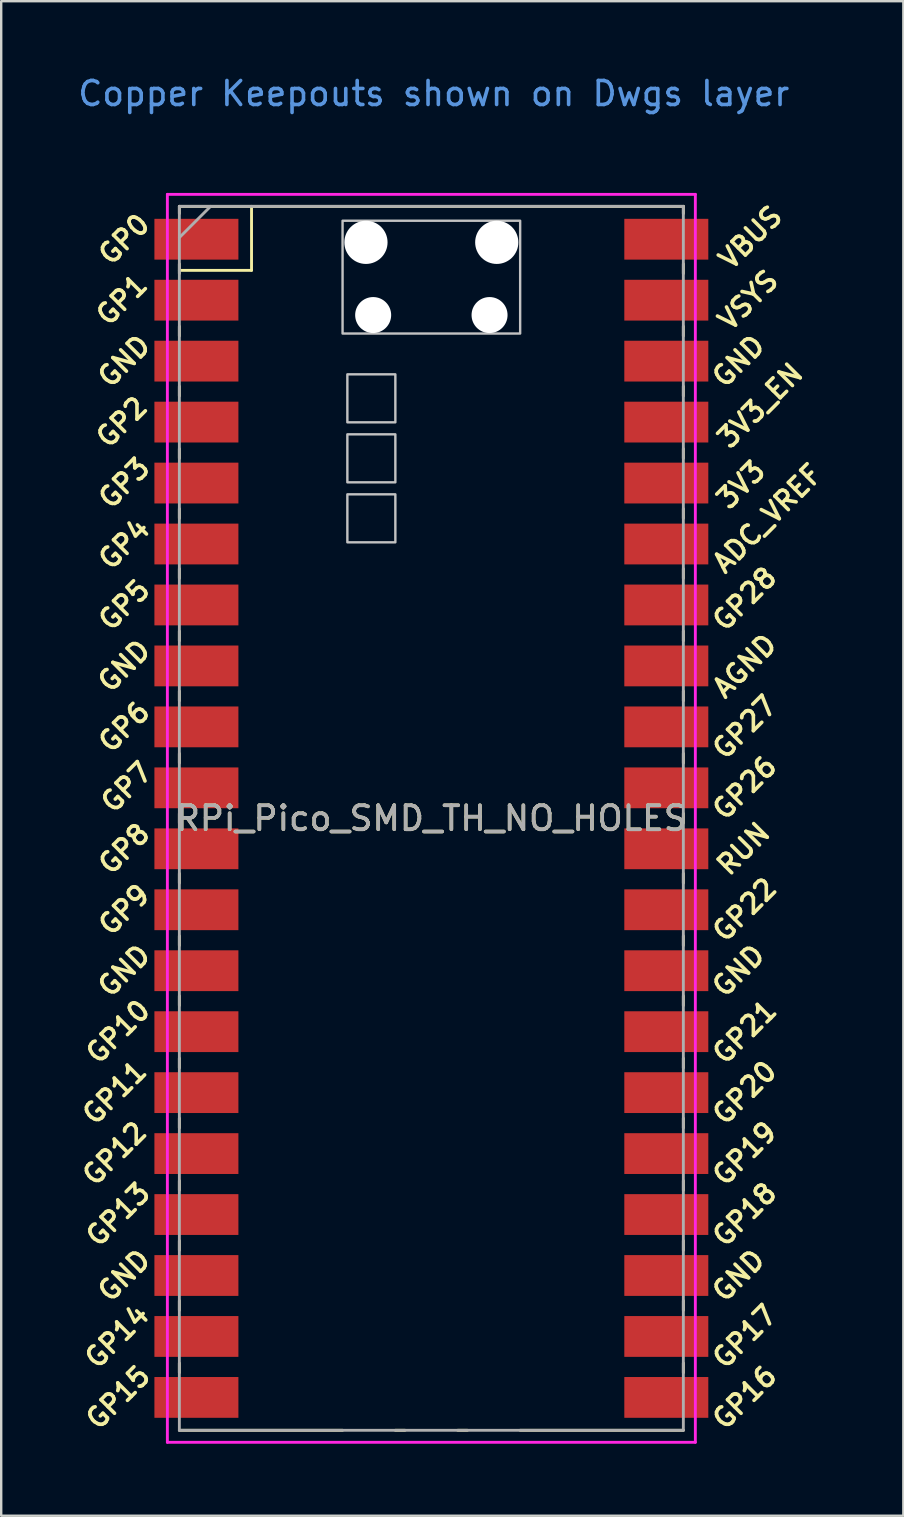
<source format=kicad_pcb>
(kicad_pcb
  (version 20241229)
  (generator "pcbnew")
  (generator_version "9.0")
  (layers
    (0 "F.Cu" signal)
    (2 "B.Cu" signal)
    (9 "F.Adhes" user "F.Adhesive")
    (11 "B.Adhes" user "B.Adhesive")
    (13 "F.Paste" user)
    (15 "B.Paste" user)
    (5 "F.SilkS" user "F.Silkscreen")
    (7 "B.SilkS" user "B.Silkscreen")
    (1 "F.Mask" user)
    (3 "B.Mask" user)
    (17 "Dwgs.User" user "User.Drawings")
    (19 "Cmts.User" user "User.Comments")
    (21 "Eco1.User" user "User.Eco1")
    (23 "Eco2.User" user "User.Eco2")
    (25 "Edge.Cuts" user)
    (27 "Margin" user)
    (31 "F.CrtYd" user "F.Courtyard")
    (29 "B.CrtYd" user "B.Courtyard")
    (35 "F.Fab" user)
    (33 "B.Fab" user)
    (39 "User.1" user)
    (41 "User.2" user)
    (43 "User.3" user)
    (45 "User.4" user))
  (footprint "RPi_Pico_SMD_TH_NO_HOLES"
    (layer "F.Cu")
    (at 14.924 31.048)
    (property "Reference" "RPi_Pico_SMD_TH_NO_HOLES" (at 0 0 0) (layer "F.SilkS") (effects (font (size 1 1) (thickness 0.15))))
    (attr through_hole)
    (fp_line (start -10.5 -25.5) (end -10.5 -25.2) (stroke (width 0.12) (type solid)) (layer "F.SilkS"))
    (fp_line (start -10.5 -25.5) (end 10.5 -25.5) (stroke (width 0.12) (type solid)) (layer "F.SilkS"))
    (fp_line (start -10.5 -23.1) (end -10.5 -22.7) (stroke (width 0.12) (type solid)) (layer "F.SilkS"))
    (fp_line (start -10.5 -22.833) (end -7.493 -22.833) (stroke (width 0.12) (type solid)) (layer "F.SilkS"))
    (fp_line (start -10.5 -20.5) (end -10.5 -20.1) (stroke (width 0.12) (type solid)) (layer "F.SilkS"))
    (fp_line (start -10.5 -18) (end -10.5 -17.6) (stroke (width 0.12) (type solid)) (layer "F.SilkS"))
    (fp_line (start -10.5 -15.4) (end -10.5 -15) (stroke (width 0.12) (type solid)) (layer "F.SilkS"))
    (fp_line (start -10.5 -12.9) (end -10.5 -12.5) (stroke (width 0.12) (type solid)) (layer "F.SilkS"))
    (fp_line (start -10.5 -10.4) (end -10.5 -10) (stroke (width 0.12) (type solid)) (layer "F.SilkS"))
    (fp_line (start -10.5 -7.8) (end -10.5 -7.4) (stroke (width 0.12) (type solid)) (layer "F.SilkS"))
    (fp_line (start -10.5 -5.3) (end -10.5 -4.9) (stroke (width 0.12) (type solid)) (layer "F.SilkS"))
    (fp_line (start -10.5 -2.7) (end -10.5 -2.3) (stroke (width 0.12) (type solid)) (layer "F.SilkS"))
    (fp_line (start -10.5 -0.2) (end -10.5 0.2) (stroke (width 0.12) (type solid)) (layer "F.SilkS"))
    (fp_line (start -10.5 2.3) (end -10.5 2.7) (stroke (width 0.12) (type solid)) (layer "F.SilkS"))
    (fp_line (start -10.5 4.9) (end -10.5 5.3) (stroke (width 0.12) (type solid)) (layer "F.SilkS"))
    (fp_line (start -10.5 7.4) (end -10.5 7.8) (stroke (width 0.12) (type solid)) (layer "F.SilkS"))
    (fp_line (start -10.5 10) (end -10.5 10.4) (stroke (width 0.12) (type solid)) (layer "F.SilkS"))
    (fp_line (start -10.5 12.5) (end -10.5 12.9) (stroke (width 0.12) (type solid)) (layer "F.SilkS"))
    (fp_line (start -10.5 15.1) (end -10.5 15.5) (stroke (width 0.12) (type solid)) (layer "F.SilkS"))
    (fp_line (start -10.5 17.6) (end -10.5 18) (stroke (width 0.12) (type solid)) (layer "F.SilkS"))
    (fp_line (start -10.5 20.1) (end -10.5 20.5) (stroke (width 0.12) (type solid)) (layer "F.SilkS"))
    (fp_line (start -10.5 22.7) (end -10.5 23.1) (stroke (width 0.12) (type solid)) (layer "F.SilkS"))
    (fp_line (start -7.493 -22.833) (end -7.493 -25.5) (stroke (width 0.12) (type solid)) (layer "F.SilkS"))
    (fp_line (start -3.7 25.5) (end -10.5 25.5) (stroke (width 0.12) (type solid)) (layer "F.SilkS"))
    (fp_line (start -1.5 25.5) (end -1.1 25.5) (stroke (width 0.12) (type solid)) (layer "F.SilkS"))
    (fp_line (start 1.1 25.5) (end 1.5 25.5) (stroke (width 0.12) (type solid)) (layer "F.SilkS"))
    (fp_line (start 10.5 -25.5) (end 10.5 -25.2) (stroke (width 0.12) (type solid)) (layer "F.SilkS"))
    (fp_line (start 10.5 -23.1) (end 10.5 -22.7) (stroke (width 0.12) (type solid)) (layer "F.SilkS"))
    (fp_line (start 10.5 -20.5) (end 10.5 -20.1) (stroke (width 0.12) (type solid)) (layer "F.SilkS"))
    (fp_line (start 10.5 -18) (end 10.5 -17.6) (stroke (width 0.12) (type solid)) (layer "F.SilkS"))
    (fp_line (start 10.5 -15.4) (end 10.5 -15) (stroke (width 0.12) (type solid)) (layer "F.SilkS"))
    (fp_line (start 10.5 -12.9) (end 10.5 -12.5) (stroke (width 0.12) (type solid)) (layer "F.SilkS"))
    (fp_line (start 10.5 -10.4) (end 10.5 -10) (stroke (width 0.12) (type solid)) (layer "F.SilkS"))
    (fp_line (start 10.5 -7.8) (end 10.5 -7.4) (stroke (width 0.12) (type solid)) (layer "F.SilkS"))
    (fp_line (start 10.5 -5.3) (end 10.5 -4.9) (stroke (width 0.12) (type solid)) (layer "F.SilkS"))
    (fp_line (start 10.5 -2.7) (end 10.5 -2.3) (stroke (width 0.12) (type solid)) (layer "F.SilkS"))
    (fp_line (start 10.5 -0.2) (end 10.5 0.2) (stroke (width 0.12) (type solid)) (layer "F.SilkS"))
    (fp_line (start 10.5 2.3) (end 10.5 2.7) (stroke (width 0.12) (type solid)) (layer "F.SilkS"))
    (fp_line (start 10.5 4.9) (end 10.5 5.3) (stroke (width 0.12) (type solid)) (layer "F.SilkS"))
    (fp_line (start 10.5 7.4) (end 10.5 7.8) (stroke (width 0.12) (type solid)) (layer "F.SilkS"))
    (fp_line (start 10.5 10) (end 10.5 10.4) (stroke (width 0.12) (type solid)) (layer "F.SilkS"))
    (fp_line (start 10.5 12.5) (end 10.5 12.9) (stroke (width 0.12) (type solid)) (layer "F.SilkS"))
    (fp_line (start 10.5 15.1) (end 10.5 15.5) (stroke (width 0.12) (type solid)) (layer "F.SilkS"))
    (fp_line (start 10.5 17.6) (end 10.5 18) (stroke (width 0.12) (type solid)) (layer "F.SilkS"))
    (fp_line (start 10.5 20.1) (end 10.5 20.5) (stroke (width 0.12) (type solid)) (layer "F.SilkS"))
    (fp_line (start 10.5 22.7) (end 10.5 23.1) (stroke (width 0.12) (type solid)) (layer "F.SilkS"))
    (fp_line (start 10.5 25.5) (end 3.7 25.5) (stroke (width 0.12) (type solid)) (layer "F.SilkS"))
    (fp_poly (pts (xy -1.5 -16.5) (xy -3.5 -16.5) (xy -3.5 -18.5) (xy -1.5 -18.5)) (stroke (width 0.1) (type solid)) (fill no) (layer "Dwgs.User"))
    (fp_poly (pts (xy -1.5 -14) (xy -3.5 -14) (xy -3.5 -16) (xy -1.5 -16)) (stroke (width 0.1) (type solid)) (fill no) (layer "Dwgs.User"))
    (fp_poly (pts (xy -1.5 -11.5) (xy -3.5 -11.5) (xy -3.5 -13.5) (xy -1.5 -13.5)) (stroke (width 0.1) (type solid)) (fill no) (layer "Dwgs.User"))
    (fp_poly (pts (xy 3.7 -20.2) (xy -3.7 -20.2) (xy -3.7 -24.9) (xy 3.7 -24.9)) (stroke (width 0.1) (type solid)) (fill no) (layer "Dwgs.User"))
    (fp_line (start -11 -26) (end 11 -26) (stroke (width 0.12) (type solid)) (layer "F.CrtYd"))
    (fp_line (start -11 26) (end -11 -26) (stroke (width 0.12) (type solid)) (layer "F.CrtYd"))
    (fp_line (start 11 -26) (end 11 26) (stroke (width 0.12) (type solid)) (layer "F.CrtYd"))
    (fp_line (start 11 26) (end -11 26) (stroke (width 0.12) (type solid)) (layer "F.CrtYd"))
    (fp_line (start -10.5 -25.5) (end 10.5 -25.5) (stroke (width 0.12) (type solid)) (layer "F.Fab"))
    (fp_line (start -10.5 -24.2) (end -9.2 -25.5) (stroke (width 0.12) (type solid)) (layer "F.Fab"))
    (fp_line (start -10.5 25.5) (end -10.5 -25.5) (stroke (width 0.12) (type solid)) (layer "F.Fab"))
    (fp_line (start 10.5 -25.5) (end 10.5 25.5) (stroke (width 0.12) (type solid)) (layer "F.Fab"))
    (fp_line (start 10.5 25.5) (end -10.5 25.5) (stroke (width 0.12) (type solid)) (layer "F.Fab"))
    (fp_text user "GP15" (at -13.054 24.13 45) (layer "F.SilkS") (effects (font (size 0.8 0.8) (thickness 0.15))))
    (fp_text user "GP16" (at 13.054 24.13 45) (layer "F.SilkS") (effects (font (size 0.8 0.8) (thickness 0.15))))
    (fp_text user "GP22" (at 13.054 3.81 45) (layer "F.SilkS") (effects (font (size 0.8 0.8) (thickness 0.15))))
    (fp_text user "GND" (at 12.8 -19.05 45) (layer "F.SilkS") (effects (font (size 0.8 0.8) (thickness 0.15))))
    (fp_text user "GP17" (at 13.054 21.59 45) (layer "F.SilkS") (effects (font (size 0.8 0.8) (thickness 0.15))))
    (fp_text user "RUN" (at 13 1.27 45) (layer "F.SilkS") (effects (font (size 0.8 0.8) (thickness 0.15))))
    (fp_text user "GND" (at 12.8 19.05 45) (layer "F.SilkS") (effects (font (size 0.8 0.8) (thickness 0.15))))
    (fp_text user "GP28" (at 13.054 -9.144 45) (layer "F.SilkS") (effects (font (size 0.8 0.8) (thickness 0.15))))
    (fp_text user "GP5" (at -12.8 -8.89 45) (layer "F.SilkS") (effects (font (size 0.8 0.8) (thickness 0.15))))
    (fp_text user "GP3" (at -12.8 -13.97 45) (layer "F.SilkS") (effects (font (size 0.8 0.8) (thickness 0.15))))
    (fp_text user "GP10" (at -13.054 8.89 45) (layer "F.SilkS") (effects (font (size 0.8 0.8) (thickness 0.15))))
    (fp_text user "GP9" (at -12.8 3.81 45) (layer "F.SilkS") (effects (font (size 0.8 0.8) (thickness 0.15))))
    (fp_text user "GP13" (at -13.054 16.51 45) (layer "F.SilkS") (effects (font (size 0.8 0.8) (thickness 0.15))))
    (fp_text user "GP12" (at -13.2 13.97 45) (layer "F.SilkS") (effects (font (size 0.8 0.8) (thickness 0.15))))
    (fp_text user "AGND" (at 13.054 -6.35 45) (layer "F.SilkS") (effects (font (size 0.8 0.8) (thickness 0.15))))
    (fp_text user "GP7" (at -12.7 -1.3 45) (layer "F.SilkS") (effects (font (size 0.8 0.8) (thickness 0.15))))
    (fp_text user "3V3_EN" (at 13.7 -17.2 45) (layer "F.SilkS") (effects (font (size 0.8 0.8) (thickness 0.15))))
    (fp_text user "GP20" (at 13.054 11.43 45) (layer "F.SilkS") (effects (font (size 0.8 0.8) (thickness 0.15))))
    (fp_text user "GND" (at -12.8 19.05 45) (layer "F.SilkS") (effects (font (size 0.8 0.8) (thickness 0.15))))
    (fp_text user "GP0" (at -12.8 -24.13 45) (layer "F.SilkS") (effects (font (size 0.8 0.8) (thickness 0.15))))
    (fp_text user "3V3" (at 12.9 -13.9 45) (layer "F.SilkS") (effects (font (size 0.8 0.8) (thickness 0.15))))
    (fp_text user "GP11" (at -13.2 11.43 45) (layer "F.SilkS") (effects (font (size 0.8 0.8) (thickness 0.15))))
    (fp_text user "VSYS" (at 13.2 -21.59 45) (layer "F.SilkS") (effects (font (size 0.8 0.8) (thickness 0.15))))
    (fp_text user "GP14" (at -13.1 21.59 45) (layer "F.SilkS") (effects (font (size 0.8 0.8) (thickness 0.15))))
    (fp_text user "VBUS" (at 13.3 -24.2 45) (layer "F.SilkS") (effects (font (size 0.8 0.8) (thickness 0.15))))
    (fp_text user "GP8" (at -12.8 1.27 45) (layer "F.SilkS") (effects (font (size 0.8 0.8) (thickness 0.15))))
    (fp_text user "GP19" (at 13.054 13.97 45) (layer "F.SilkS") (effects (font (size 0.8 0.8) (thickness 0.15))))
    (fp_text user "GND" (at -12.8 -6.35 45) (layer "F.SilkS") (effects (font (size 0.8 0.8) (thickness 0.15))))
    (fp_text user "GP2" (at -12.9 -16.51 45) (layer "F.SilkS") (effects (font (size 0.8 0.8) (thickness 0.15))))
    (fp_text user "GP1" (at -12.9 -21.6 45) (layer "F.SilkS") (effects (font (size 0.8 0.8) (thickness 0.15))))
    (fp_text user "GP26" (at 13.054 -1.27 45) (layer "F.SilkS") (effects (font (size 0.8 0.8) (thickness 0.15))))
    (fp_text user "GP27" (at 13.054 -3.8 45) (layer "F.SilkS") (effects (font (size 0.8 0.8) (thickness 0.15))))
    (fp_text user "ADC_VREF" (at 14 -12.5 45) (layer "F.SilkS") (effects (font (size 0.8 0.8) (thickness 0.15))))
    (fp_text user "GP6" (at -12.8 -3.81 45) (layer "F.SilkS") (effects (font (size 0.8 0.8) (thickness 0.15))))
    (fp_text user "GP21" (at 13.054 8.9 45) (layer "F.SilkS") (effects (font (size 0.8 0.8) (thickness 0.15))))
    (fp_text user "GP4" (at -12.8 -11.43 45) (layer "F.SilkS") (effects (font (size 0.8 0.8) (thickness 0.15))))
    (fp_text user "GP18" (at 13.054 16.51 45) (layer "F.SilkS") (effects (font (size 0.8 0.8) (thickness 0.15))))
    (fp_text user "GND" (at -12.8 6.35 45) (layer "F.SilkS") (effects (font (size 0.8 0.8) (thickness 0.15))))
    (fp_text user "GND" (at -12.8 -19.05 45) (layer "F.SilkS") (effects (font (size 0.8 0.8) (thickness 0.15))))
    (fp_text user "GND" (at 12.8 6.35 45) (layer "F.SilkS") (effects (font (size 0.8 0.8) (thickness 0.15))))
    (fp_text user "Copper Keepouts shown on Dwgs layer" (at 0.1 -30.2 0) (layer "Cmts.User") (effects (font (size 1 1) (thickness 0.15))))
    (fp_text user "${REFERENCE}" (at 0 0 180) (layer "F.Fab") (effects (font (size 1 1) (thickness 0.15))))
    (pad "" np_thru_hole oval (at -2.725 -24) (size 1.8 1.8) (drill 1.8) (layers "*.Cu" "*.Mask"))
    (pad "" np_thru_hole oval (at -2.425 -20.97) (size 1.5 1.5) (drill 1.5) (layers "*.Cu" "*.Mask"))
    (pad "" np_thru_hole oval (at 2.425 -20.97) (size 1.5 1.5) (drill 1.5) (layers "*.Cu" "*.Mask"))
    (pad "" np_thru_hole oval (at 2.725 -24) (size 1.8 1.8) (drill 1.8) (layers "*.Cu" "*.Mask"))
    (pad "1" smd rect (at -8.89 -24.13) (size 3.5 1.7) (drill (offset -0.9 0)) (layers "F.Cu" "F.Mask"))
    (pad "2" smd rect (at -8.89 -21.59) (size 3.5 1.7) (drill (offset -0.9 0)) (layers "F.Cu" "F.Mask"))
    (pad "3" smd rect (at -8.89 -19.05) (size 3.5 1.7) (drill (offset -0.9 0)) (layers "F.Cu" "F.Mask"))
    (pad "4" smd rect (at -8.89 -16.51) (size 3.5 1.7) (drill (offset -0.9 0)) (layers "F.Cu" "F.Mask"))
    (pad "5" smd rect (at -8.89 -13.97) (size 3.5 1.7) (drill (offset -0.9 0)) (layers "F.Cu" "F.Mask"))
    (pad "6" smd rect (at -8.89 -11.43) (size 3.5 1.7) (drill (offset -0.9 0)) (layers "F.Cu" "F.Mask"))
    (pad "7" smd rect (at -8.89 -8.89) (size 3.5 1.7) (drill (offset -0.9 0)) (layers "F.Cu" "F.Mask"))
    (pad "8" smd rect (at -8.89 -6.35) (size 3.5 1.7) (drill (offset -0.9 0)) (layers "F.Cu" "F.Mask"))
    (pad "9" smd rect (at -8.89 -3.81) (size 3.5 1.7) (drill (offset -0.9 0)) (layers "F.Cu" "F.Mask"))
    (pad "10" smd rect (at -8.89 -1.27) (size 3.5 1.7) (drill (offset -0.9 0)) (layers "F.Cu" "F.Mask"))
    (pad "11" smd rect (at -8.89 1.27) (size 3.5 1.7) (drill (offset -0.9 0)) (layers "F.Cu" "F.Mask"))
    (pad "12" smd rect (at -8.89 3.81) (size 3.5 1.7) (drill (offset -0.9 0)) (layers "F.Cu" "F.Mask"))
    (pad "13" smd rect (at -8.89 6.35) (size 3.5 1.7) (drill (offset -0.9 0)) (layers "F.Cu" "F.Mask"))
    (pad "14" smd rect (at -8.89 8.89) (size 3.5 1.7) (drill (offset -0.9 0)) (layers "F.Cu" "F.Mask"))
    (pad "15" smd rect (at -8.89 11.43) (size 3.5 1.7) (drill (offset -0.9 0)) (layers "F.Cu" "F.Mask"))
    (pad "16" smd rect (at -8.89 13.97) (size 3.5 1.7) (drill (offset -0.9 0)) (layers "F.Cu" "F.Mask"))
    (pad "17" smd rect (at -8.89 16.51) (size 3.5 1.7) (drill (offset -0.9 0)) (layers "F.Cu" "F.Mask"))
    (pad "18" smd rect (at -8.89 19.05) (size 3.5 1.7) (drill (offset -0.9 0)) (layers "F.Cu" "F.Mask"))
    (pad "19" smd rect (at -8.89 21.59) (size 3.5 1.7) (drill (offset -0.9 0)) (layers "F.Cu" "F.Mask"))
    (pad "20" smd rect (at -8.89 24.13) (size 3.5 1.7) (drill (offset -0.9 0)) (layers "F.Cu" "F.Mask"))
    (pad "21" smd rect (at 8.89 24.13) (size 3.5 1.7) (drill (offset 0.9 0)) (layers "F.Cu" "F.Mask"))
    (pad "22" smd rect (at 8.89 21.59) (size 3.5 1.7) (drill (offset 0.9 0)) (layers "F.Cu" "F.Mask"))
    (pad "23" smd rect (at 8.89 19.05) (size 3.5 1.7) (drill (offset 0.9 0)) (layers "F.Cu" "F.Mask"))
    (pad "24" smd rect (at 8.89 16.51) (size 3.5 1.7) (drill (offset 0.9 0)) (layers "F.Cu" "F.Mask"))
    (pad "25" smd rect (at 8.89 13.97) (size 3.5 1.7) (drill (offset 0.9 0)) (layers "F.Cu" "F.Mask"))
    (pad "26" smd rect (at 8.89 11.43) (size 3.5 1.7) (drill (offset 0.9 0)) (layers "F.Cu" "F.Mask"))
    (pad "27" smd rect (at 8.89 8.89) (size 3.5 1.7) (drill (offset 0.9 0)) (layers "F.Cu" "F.Mask"))
    (pad "28" smd rect (at 8.89 6.35) (size 3.5 1.7) (drill (offset 0.9 0)) (layers "F.Cu" "F.Mask"))
    (pad "29" smd rect (at 8.89 3.81) (size 3.5 1.7) (drill (offset 0.9 0)) (layers "F.Cu" "F.Mask"))
    (pad "30" smd rect (at 8.89 1.27) (size 3.5 1.7) (drill (offset 0.9 0)) (layers "F.Cu" "F.Mask"))
    (pad "31" smd rect (at 8.89 -1.27) (size 3.5 1.7) (drill (offset 0.9 0)) (layers "F.Cu" "F.Mask"))
    (pad "32" smd rect (at 8.89 -3.81) (size 3.5 1.7) (drill (offset 0.9 0)) (layers "F.Cu" "F.Mask"))
    (pad "33" smd rect (at 8.89 -6.35) (size 3.5 1.7) (drill (offset 0.9 0)) (layers "F.Cu" "F.Mask"))
    (pad "34" smd rect (at 8.89 -8.89) (size 3.5 1.7) (drill (offset 0.9 0)) (layers "F.Cu" "F.Mask"))
    (pad "35" smd rect (at 8.89 -11.43) (size 3.5 1.7) (drill (offset 0.9 0)) (layers "F.Cu" "F.Mask"))
    (pad "36" smd rect (at 8.89 -13.97) (size 3.5 1.7) (drill (offset 0.9 0)) (layers "F.Cu" "F.Mask"))
    (pad "37" smd rect (at 8.89 -16.51) (size 3.5 1.7) (drill (offset 0.9 0)) (layers "F.Cu" "F.Mask"))
    (pad "38" smd rect (at 8.89 -19.05) (size 3.5 1.7) (drill (offset 0.9 0)) (layers "F.Cu" "F.Mask"))
    (pad "39" smd rect (at 8.89 -21.59) (size 3.5 1.7) (drill (offset 0.9 0)) (layers "F.Cu" "F.Mask"))
    (pad "40" smd rect (at 8.89 -24.13) (size 3.5 1.7) (drill (offset 0.9 0)) (layers "F.Cu" "F.Mask")))
  (gr_rect
    (start -3 -3)
    (end 34.591 60.108)
    (stroke (width 0.1) (type default))
    (fill no)
    (layer "Edge.Cuts")))
</source>
